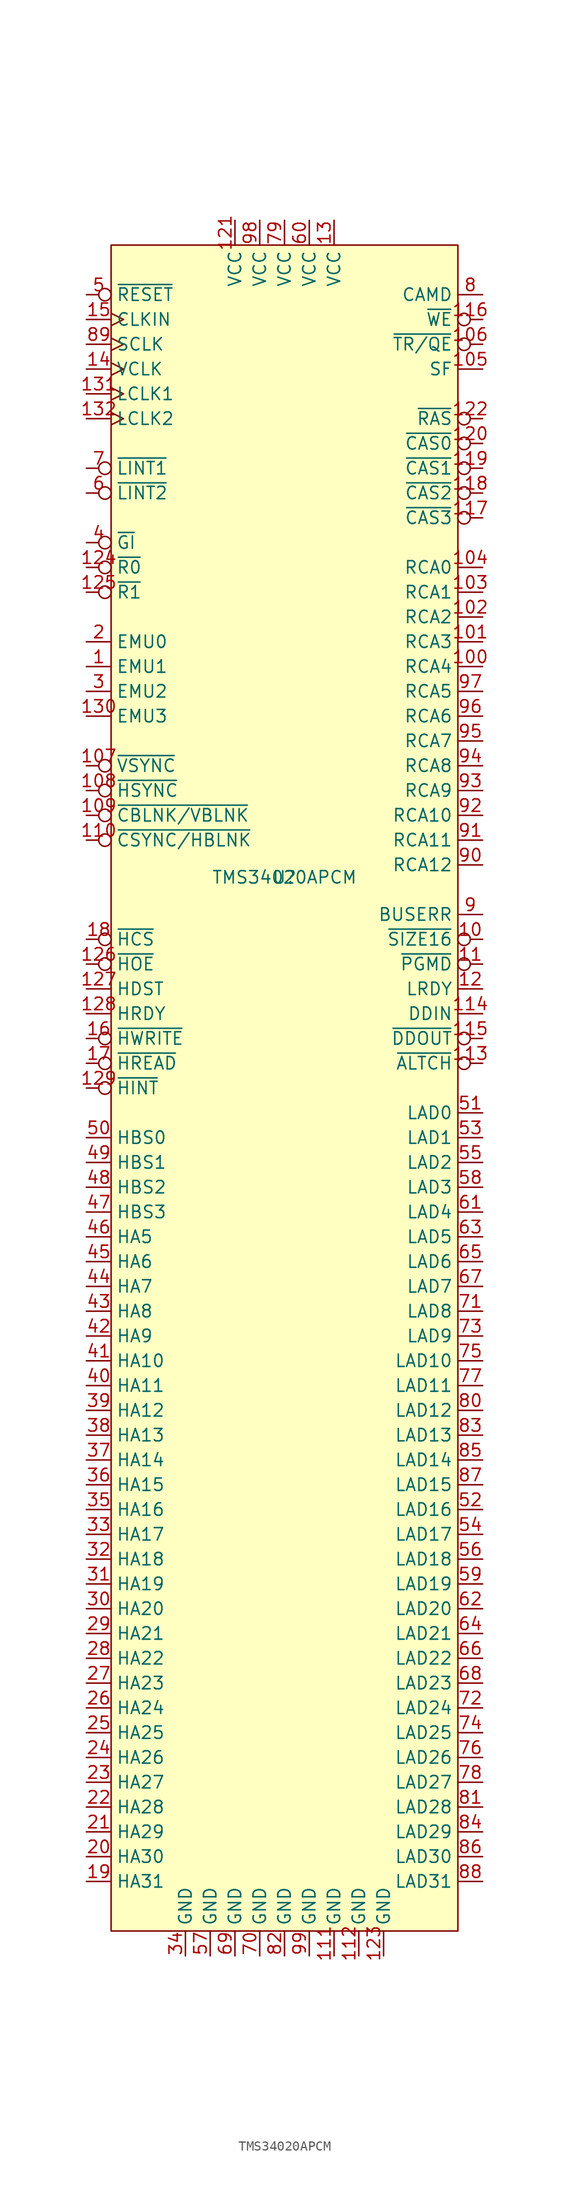
<source format=kicad_sym>
(kicad_symbol_lib
  (version 20220914)
  (generator kicad_symbol_editor)
  (symbol "TMS34020APCM"
    (property "Reference" "U"
      (at 0 0 0)
      (effects (font (size 1.27 1.27))))
    (property "Value" "TMS34020APCM"
      (at 0 0 0)
      (effects (font (size 1.27 1.27))))
    (symbol "TMS34020APCM_0_0"
      (pin input line (at -20.32 21.59 0) (length 2.54) (name "EMU1" (effects (font (size 1.27 1.27)))) (number "1" (effects (font (size 1.27 1.27)))))
      (pin input inverted (at 20.32 -6.35 180) (length 2.54) (name "~{SIZE16}" (effects (font (size 1.27 1.27)))) (number "10" (effects (font (size 1.27 1.27)))))
      (pin output line (at 20.32 21.59 180) (length 2.54) (name "RCA4" (effects (font (size 1.27 1.27)))) (number "100" (effects (font (size 1.27 1.27)))))
      (pin output line (at 20.32 24.13 180) (length 2.54) (name "RCA3" (effects (font (size 1.27 1.27)))) (number "101" (effects (font (size 1.27 1.27)))))
      (pin output line (at 20.32 26.67 180) (length 2.54) (name "RCA2" (effects (font (size 1.27 1.27)))) (number "102" (effects (font (size 1.27 1.27)))))
      (pin output line (at 20.32 29.21 180) (length 2.54) (name "RCA1" (effects (font (size 1.27 1.27)))) (number "103" (effects (font (size 1.27 1.27)))))
      (pin output line (at 20.32 31.75 180) (length 2.54) (name "RCA0" (effects (font (size 1.27 1.27)))) (number "104" (effects (font (size 1.27 1.27)))))
      (pin output line (at 20.32 52.07 180) (length 2.54) (name "SF" (effects (font (size 1.27 1.27)))) (number "105" (effects (font (size 1.27 1.27)))))
      (pin output inverted (at 20.32 54.61 180) (length 2.54) (name "~{TR/QE}" (effects (font (size 1.27 1.27)))) (number "106" (effects (font (size 1.27 1.27)))))
      (pin bidirectional inverted (at -20.32 11.43 0) (length 2.54) (name "~{VSYNC}" (effects (font (size 1.27 1.27)))) (number "107" (effects (font (size 1.27 1.27)))))
      (pin bidirectional inverted (at -20.32 8.89 0) (length 2.54) (name "~{HSYNC}" (effects (font (size 1.27 1.27)))) (number "108" (effects (font (size 1.27 1.27)))))
      (pin output inverted (at -20.32 6.35 0) (length 2.54) (name "~{CBLNK/VBLNK}" (effects (font (size 1.27 1.27)))) (number "109" (effects (font (size 1.27 1.27)))))
      (pin input inverted (at 20.32 -8.89 180) (length 2.54) (name "~{PGMD}" (effects (font (size 1.27 1.27)))) (number "11" (effects (font (size 1.27 1.27)))))
      (pin bidirectional inverted (at -20.32 3.81 0) (length 2.54) (name "~{CSYNC/HBLNK}" (effects (font (size 1.27 1.27)))) (number "110" (effects (font (size 1.27 1.27)))))
      (pin power_in line (at 5.08 -110.49 90) (length 2.54) (name "GND" (effects (font (size 1.27 1.27)))) (number "111" (effects (font (size 1.27 1.27)))))
      (pin power_in line (at 7.62 -110.49 90) (length 2.54) (name "GND" (effects (font (size 1.27 1.27)))) (number "112" (effects (font (size 1.27 1.27)))))
      (pin output inverted (at 20.32 -19.05 180) (length 2.54) (name "~{ALTCH}" (effects (font (size 1.27 1.27)))) (number "113" (effects (font (size 1.27 1.27)))))
      (pin output line (at 20.32 -13.97 180) (length 2.54) (name "DDIN" (effects (font (size 1.27 1.27)))) (number "114" (effects (font (size 1.27 1.27)))))
      (pin output inverted (at 20.32 -16.51 180) (length 2.54) (name "~{DDOUT}" (effects (font (size 1.27 1.27)))) (number "115" (effects (font (size 1.27 1.27)))))
      (pin output inverted (at 20.32 57.15 180) (length 2.54) (name "~{WE}" (effects (font (size 1.27 1.27)))) (number "116" (effects (font (size 1.27 1.27)))))
      (pin output inverted (at 20.32 36.83 180) (length 2.54) (name "~{CAS3}" (effects (font (size 1.27 1.27)))) (number "117" (effects (font (size 1.27 1.27)))))
      (pin output inverted (at 20.32 39.37 180) (length 2.54) (name "~{CAS2}" (effects (font (size 1.27 1.27)))) (number "118" (effects (font (size 1.27 1.27)))))
      (pin output inverted (at 20.32 41.91 180) (length 2.54) (name "~{CAS1}" (effects (font (size 1.27 1.27)))) (number "119" (effects (font (size 1.27 1.27)))))
      (pin input line (at 20.32 -11.43 180) (length 2.54) (name "LRDY" (effects (font (size 1.27 1.27)))) (number "12" (effects (font (size 1.27 1.27)))))
      (pin output inverted (at 20.32 44.45 180) (length 2.54) (name "~{CAS0}" (effects (font (size 1.27 1.27)))) (number "120" (effects (font (size 1.27 1.27)))))
      (pin power_in line (at -5.08 67.31 270) (length 2.54) (name "VCC" (effects (font (size 1.27 1.27)))) (number "121" (effects (font (size 1.27 1.27)))))
      (pin output inverted (at 20.32 46.99 180) (length 2.54) (name "~{RAS}" (effects (font (size 1.27 1.27)))) (number "122" (effects (font (size 1.27 1.27)))))
      (pin power_in line (at 10.16 -110.49 90) (length 2.54) (name "GND" (effects (font (size 1.27 1.27)))) (number "123" (effects (font (size 1.27 1.27)))))
      (pin output inverted (at -20.32 31.75 0) (length 2.54) (name "~{R0}" (effects (font (size 1.27 1.27)))) (number "124" (effects (font (size 1.27 1.27)))))
      (pin output inverted (at -20.32 29.21 0) (length 2.54) (name "~{R1}" (effects (font (size 1.27 1.27)))) (number "125" (effects (font (size 1.27 1.27)))))
      (pin output inverted (at -20.32 -8.89 0) (length 2.54) (name "~{HOE}" (effects (font (size 1.27 1.27)))) (number "126" (effects (font (size 1.27 1.27)))))
      (pin output line (at -20.32 -11.43 0) (length 2.54) (name "HDST" (effects (font (size 1.27 1.27)))) (number "127" (effects (font (size 1.27 1.27)))))
      (pin output line (at -20.32 -13.97 0) (length 2.54) (name "HRDY" (effects (font (size 1.27 1.27)))) (number "128" (effects (font (size 1.27 1.27)))))
      (pin input inverted (at -20.32 -21.59 0) (length 2.54) (name "~{HINT}" (effects (font (size 1.27 1.27)))) (number "129" (effects (font (size 1.27 1.27)))))
      (pin power_in line (at 5.08 67.31 270) (length 2.54) (name "VCC" (effects (font (size 1.27 1.27)))) (number "13" (effects (font (size 1.27 1.27)))))
      (pin output line (at -20.32 16.51 0) (length 2.54) (name "EMU3" (effects (font (size 1.27 1.27)))) (number "130" (effects (font (size 1.27 1.27)))))
      (pin output clock (at -20.32 49.53 0) (length 2.54) (name "LCLK1" (effects (font (size 1.27 1.27)))) (number "131" (effects (font (size 1.27 1.27)))))
      (pin output clock (at -20.32 46.99 0) (length 2.54) (name "LCLK2" (effects (font (size 1.27 1.27)))) (number "132" (effects (font (size 1.27 1.27)))))
      (pin input clock (at -20.32 52.07 0) (length 2.54) (name "VCLK" (effects (font (size 1.27 1.27)))) (number "14" (effects (font (size 1.27 1.27)))))
      (pin input clock (at -20.32 57.15 0) (length 2.54) (name "CLKIN" (effects (font (size 1.27 1.27)))) (number "15" (effects (font (size 1.27 1.27)))))
      (pin input inverted (at -20.32 -16.51 0) (length 2.54) (name "~{HWRITE}" (effects (font (size 1.27 1.27)))) (number "16" (effects (font (size 1.27 1.27)))))
      (pin input inverted (at -20.32 -19.05 0) (length 2.54) (name "~{HREAD}" (effects (font (size 1.27 1.27)))) (number "17" (effects (font (size 1.27 1.27)))))
      (pin input inverted (at -20.32 -6.35 0) (length 2.54) (name "~{HCS}" (effects (font (size 1.27 1.27)))) (number "18" (effects (font (size 1.27 1.27)))))
      (pin input line (at -20.32 -102.87 0) (length 2.54) (name "HA31" (effects (font (size 1.27 1.27)))) (number "19" (effects (font (size 1.27 1.27)))))
      (pin input line (at -20.32 24.13 0) (length 2.54) (name "EMU0" (effects (font (size 1.27 1.27)))) (number "2" (effects (font (size 1.27 1.27)))))
      (pin input line (at -20.32 -100.33 0) (length 2.54) (name "HA30" (effects (font (size 1.27 1.27)))) (number "20" (effects (font (size 1.27 1.27)))))
      (pin input line (at -20.32 -97.79 0) (length 2.54) (name "HA29" (effects (font (size 1.27 1.27)))) (number "21" (effects (font (size 1.27 1.27)))))
      (pin input line (at -20.32 -95.25 0) (length 2.54) (name "HA28" (effects (font (size 1.27 1.27)))) (number "22" (effects (font (size 1.27 1.27)))))
      (pin input line (at -20.32 -92.71 0) (length 2.54) (name "HA27" (effects (font (size 1.27 1.27)))) (number "23" (effects (font (size 1.27 1.27)))))
      (pin input line (at -20.32 -90.17 0) (length 2.54) (name "HA26" (effects (font (size 1.27 1.27)))) (number "24" (effects (font (size 1.27 1.27)))))
      (pin input line (at -20.32 -87.63 0) (length 2.54) (name "HA25" (effects (font (size 1.27 1.27)))) (number "25" (effects (font (size 1.27 1.27)))))
      (pin input line (at -20.32 -85.09 0) (length 2.54) (name "HA24" (effects (font (size 1.27 1.27)))) (number "26" (effects (font (size 1.27 1.27)))))
      (pin input line (at -20.32 -82.55 0) (length 2.54) (name "HA23" (effects (font (size 1.27 1.27)))) (number "27" (effects (font (size 1.27 1.27)))))
      (pin input line (at -20.32 -80.01 0) (length 2.54) (name "HA22" (effects (font (size 1.27 1.27)))) (number "28" (effects (font (size 1.27 1.27)))))
      (pin input line (at -20.32 -77.47 0) (length 2.54) (name "HA21" (effects (font (size 1.27 1.27)))) (number "29" (effects (font (size 1.27 1.27)))))
      (pin input line (at -20.32 19.05 0) (length 2.54) (name "EMU2" (effects (font (size 1.27 1.27)))) (number "3" (effects (font (size 1.27 1.27)))))
      (pin input line (at -20.32 -74.93 0) (length 2.54) (name "HA20" (effects (font (size 1.27 1.27)))) (number "30" (effects (font (size 1.27 1.27)))))
      (pin input line (at -20.32 -72.39 0) (length 2.54) (name "HA19" (effects (font (size 1.27 1.27)))) (number "31" (effects (font (size 1.27 1.27)))))
      (pin input line (at -20.32 -69.85 0) (length 2.54) (name "HA18" (effects (font (size 1.27 1.27)))) (number "32" (effects (font (size 1.27 1.27)))))
      (pin input line (at -20.32 -67.31 0) (length 2.54) (name "HA17" (effects (font (size 1.27 1.27)))) (number "33" (effects (font (size 1.27 1.27)))))
      (pin power_in line (at -10.16 -110.49 90) (length 2.54) (name "GND" (effects (font (size 1.27 1.27)))) (number "34" (effects (font (size 1.27 1.27)))))
      (pin input line (at -20.32 -64.77 0) (length 2.54) (name "HA16" (effects (font (size 1.27 1.27)))) (number "35" (effects (font (size 1.27 1.27)))))
      (pin input line (at -20.32 -62.23 0) (length 2.54) (name "HA15" (effects (font (size 1.27 1.27)))) (number "36" (effects (font (size 1.27 1.27)))))
      (pin input line (at -20.32 -59.69 0) (length 2.54) (name "HA14" (effects (font (size 1.27 1.27)))) (number "37" (effects (font (size 1.27 1.27)))))
      (pin input line (at -20.32 -57.15 0) (length 2.54) (name "HA13" (effects (font (size 1.27 1.27)))) (number "38" (effects (font (size 1.27 1.27)))))
      (pin input line (at -20.32 -54.61 0) (length 2.54) (name "HA12" (effects (font (size 1.27 1.27)))) (number "39" (effects (font (size 1.27 1.27)))))
      (pin input inverted (at -20.32 34.29 0) (length 2.54) (name "~{GI}" (effects (font (size 1.27 1.27)))) (number "4" (effects (font (size 1.27 1.27)))))
      (pin input line (at -20.32 -52.07 0) (length 2.54) (name "HA11" (effects (font (size 1.27 1.27)))) (number "40" (effects (font (size 1.27 1.27)))))
      (pin input line (at -20.32 -49.53 0) (length 2.54) (name "HA10" (effects (font (size 1.27 1.27)))) (number "41" (effects (font (size 1.27 1.27)))))
      (pin input line (at -20.32 -46.99 0) (length 2.54) (name "HA9" (effects (font (size 1.27 1.27)))) (number "42" (effects (font (size 1.27 1.27)))))
      (pin input line (at -20.32 -44.45 0) (length 2.54) (name "HA8" (effects (font (size 1.27 1.27)))) (number "43" (effects (font (size 1.27 1.27)))))
      (pin input line (at -20.32 -41.91 0) (length 2.54) (name "HA7" (effects (font (size 1.27 1.27)))) (number "44" (effects (font (size 1.27 1.27)))))
      (pin input line (at -20.32 -39.37 0) (length 2.54) (name "HA6" (effects (font (size 1.27 1.27)))) (number "45" (effects (font (size 1.27 1.27)))))
      (pin input line (at -20.32 -36.83 0) (length 2.54) (name "HA5" (effects (font (size 1.27 1.27)))) (number "46" (effects (font (size 1.27 1.27)))))
      (pin input line (at -20.32 -34.29 0) (length 2.54) (name "HBS3" (effects (font (size 1.27 1.27)))) (number "47" (effects (font (size 1.27 1.27)))))
      (pin input line (at -20.32 -31.75 0) (length 2.54) (name "HBS2" (effects (font (size 1.27 1.27)))) (number "48" (effects (font (size 1.27 1.27)))))
      (pin input line (at -20.32 -29.21 0) (length 2.54) (name "HBS1" (effects (font (size 1.27 1.27)))) (number "49" (effects (font (size 1.27 1.27)))))
      (pin input inverted (at -20.32 59.69 0) (length 2.54) (name "~{RESET}" (effects (font (size 1.27 1.27)))) (number "5" (effects (font (size 1.27 1.27)))))
      (pin input line (at -20.32 -26.67 0) (length 2.54) (name "HBS0" (effects (font (size 1.27 1.27)))) (number "50" (effects (font (size 1.27 1.27)))))
      (pin bidirectional line (at 20.32 -24.13 180) (length 2.54) (name "LAD0" (effects (font (size 1.27 1.27)))) (number "51" (effects (font (size 1.27 1.27)))))
      (pin bidirectional line (at 20.32 -64.77 180) (length 2.54) (name "LAD16" (effects (font (size 1.27 1.27)))) (number "52" (effects (font (size 1.27 1.27)))))
      (pin bidirectional line (at 20.32 -26.67 180) (length 2.54) (name "LAD1" (effects (font (size 1.27 1.27)))) (number "53" (effects (font (size 1.27 1.27)))))
      (pin bidirectional line (at 20.32 -67.31 180) (length 2.54) (name "LAD17" (effects (font (size 1.27 1.27)))) (number "54" (effects (font (size 1.27 1.27)))))
      (pin bidirectional line (at 20.32 -29.21 180) (length 2.54) (name "LAD2" (effects (font (size 1.27 1.27)))) (number "55" (effects (font (size 1.27 1.27)))))
      (pin bidirectional line (at 20.32 -69.85 180) (length 2.54) (name "LAD18" (effects (font (size 1.27 1.27)))) (number "56" (effects (font (size 1.27 1.27)))))
      (pin power_in line (at -7.62 -110.49 90) (length 2.54) (name "GND" (effects (font (size 1.27 1.27)))) (number "57" (effects (font (size 1.27 1.27)))))
      (pin bidirectional line (at 20.32 -31.75 180) (length 2.54) (name "LAD3" (effects (font (size 1.27 1.27)))) (number "58" (effects (font (size 1.27 1.27)))))
      (pin bidirectional line (at 20.32 -72.39 180) (length 2.54) (name "LAD19" (effects (font (size 1.27 1.27)))) (number "59" (effects (font (size 1.27 1.27)))))
      (pin input inverted (at -20.32 39.37 0) (length 2.54) (name "~{LINT2}" (effects (font (size 1.27 1.27)))) (number "6" (effects (font (size 1.27 1.27)))))
      (pin power_in line (at 2.54 67.31 270) (length 2.54) (name "VCC" (effects (font (size 1.27 1.27)))) (number "60" (effects (font (size 1.27 1.27)))))
      (pin bidirectional line (at 20.32 -34.29 180) (length 2.54) (name "LAD4" (effects (font (size 1.27 1.27)))) (number "61" (effects (font (size 1.27 1.27)))))
      (pin bidirectional line (at 20.32 -74.93 180) (length 2.54) (name "LAD20" (effects (font (size 1.27 1.27)))) (number "62" (effects (font (size 1.27 1.27)))))
      (pin bidirectional line (at 20.32 -36.83 180) (length 2.54) (name "LAD5" (effects (font (size 1.27 1.27)))) (number "63" (effects (font (size 1.27 1.27)))))
      (pin bidirectional line (at 20.32 -77.47 180) (length 2.54) (name "LAD21" (effects (font (size 1.27 1.27)))) (number "64" (effects (font (size 1.27 1.27)))))
      (pin bidirectional line (at 20.32 -39.37 180) (length 2.54) (name "LAD6" (effects (font (size 1.27 1.27)))) (number "65" (effects (font (size 1.27 1.27)))))
      (pin bidirectional line (at 20.32 -80.01 180) (length 2.54) (name "LAD22" (effects (font (size 1.27 1.27)))) (number "66" (effects (font (size 1.27 1.27)))))
      (pin bidirectional line (at 20.32 -41.91 180) (length 2.54) (name "LAD7" (effects (font (size 1.27 1.27)))) (number "67" (effects (font (size 1.27 1.27)))))
      (pin bidirectional line (at 20.32 -82.55 180) (length 2.54) (name "LAD23" (effects (font (size 1.27 1.27)))) (number "68" (effects (font (size 1.27 1.27)))))
      (pin power_in line (at -5.08 -110.49 90) (length 2.54) (name "GND" (effects (font (size 1.27 1.27)))) (number "69" (effects (font (size 1.27 1.27)))))
      (pin input inverted (at -20.32 41.91 0) (length 2.54) (name "~{LINT1}" (effects (font (size 1.27 1.27)))) (number "7" (effects (font (size 1.27 1.27)))))
      (pin power_in line (at -2.54 -110.49 90) (length 2.54) (name "GND" (effects (font (size 1.27 1.27)))) (number "70" (effects (font (size 1.27 1.27)))))
      (pin bidirectional line (at 20.32 -44.45 180) (length 2.54) (name "LAD8" (effects (font (size 1.27 1.27)))) (number "71" (effects (font (size 1.27 1.27)))))
      (pin bidirectional line (at 20.32 -85.09 180) (length 2.54) (name "LAD24" (effects (font (size 1.27 1.27)))) (number "72" (effects (font (size 1.27 1.27)))))
      (pin bidirectional line (at 20.32 -46.99 180) (length 2.54) (name "LAD9" (effects (font (size 1.27 1.27)))) (number "73" (effects (font (size 1.27 1.27)))))
      (pin bidirectional line (at 20.32 -87.63 180) (length 2.54) (name "LAD25" (effects (font (size 1.27 1.27)))) (number "74" (effects (font (size 1.27 1.27)))))
      (pin bidirectional line (at 20.32 -49.53 180) (length 2.54) (name "LAD10" (effects (font (size 1.27 1.27)))) (number "75" (effects (font (size 1.27 1.27)))))
      (pin bidirectional line (at 20.32 -90.17 180) (length 2.54) (name "LAD26" (effects (font (size 1.27 1.27)))) (number "76" (effects (font (size 1.27 1.27)))))
      (pin bidirectional line (at 20.32 -52.07 180) (length 2.54) (name "LAD11" (effects (font (size 1.27 1.27)))) (number "77" (effects (font (size 1.27 1.27)))))
      (pin bidirectional line (at 20.32 -92.71 180) (length 2.54) (name "LAD27" (effects (font (size 1.27 1.27)))) (number "78" (effects (font (size 1.27 1.27)))))
      (pin power_in line (at 0 67.31 270) (length 2.54) (name "VCC" (effects (font (size 1.27 1.27)))) (number "79" (effects (font (size 1.27 1.27)))))
      (pin input line (at 20.32 59.69 180) (length 2.54) (name "CAMD" (effects (font (size 1.27 1.27)))) (number "8" (effects (font (size 1.27 1.27)))))
      (pin bidirectional line (at 20.32 -54.61 180) (length 2.54) (name "LAD12" (effects (font (size 1.27 1.27)))) (number "80" (effects (font (size 1.27 1.27)))))
      (pin bidirectional line (at 20.32 -95.25 180) (length 2.54) (name "LAD28" (effects (font (size 1.27 1.27)))) (number "81" (effects (font (size 1.27 1.27)))))
      (pin power_in line (at 0 -110.49 90) (length 2.54) (name "GND" (effects (font (size 1.27 1.27)))) (number "82" (effects (font (size 1.27 1.27)))))
      (pin bidirectional line (at 20.32 -57.15 180) (length 2.54) (name "LAD13" (effects (font (size 1.27 1.27)))) (number "83" (effects (font (size 1.27 1.27)))))
      (pin bidirectional line (at 20.32 -97.79 180) (length 2.54) (name "LAD29" (effects (font (size 1.27 1.27)))) (number "84" (effects (font (size 1.27 1.27)))))
      (pin bidirectional line (at 20.32 -59.69 180) (length 2.54) (name "LAD14" (effects (font (size 1.27 1.27)))) (number "85" (effects (font (size 1.27 1.27)))))
      (pin bidirectional line (at 20.32 -100.33 180) (length 2.54) (name "LAD30" (effects (font (size 1.27 1.27)))) (number "86" (effects (font (size 1.27 1.27)))))
      (pin bidirectional line (at 20.32 -62.23 180) (length 2.54) (name "LAD15" (effects (font (size 1.27 1.27)))) (number "87" (effects (font (size 1.27 1.27)))))
      (pin bidirectional line (at 20.32 -102.87 180) (length 2.54) (name "LAD31" (effects (font (size 1.27 1.27)))) (number "88" (effects (font (size 1.27 1.27)))))
      (pin input clock (at -20.32 54.61 0) (length 2.54) (name "SCLK" (effects (font (size 1.27 1.27)))) (number "89" (effects (font (size 1.27 1.27)))))
      (pin output line (at 20.32 -3.81 180) (length 2.54) (name "BUSERR" (effects (font (size 1.27 1.27)))) (number "9" (effects (font (size 1.27 1.27)))))
      (pin output line (at 20.32 1.27 180) (length 2.54) (name "RCA12" (effects (font (size 1.27 1.27)))) (number "90" (effects (font (size 1.27 1.27)))))
      (pin output line (at 20.32 3.81 180) (length 2.54) (name "RCA11" (effects (font (size 1.27 1.27)))) (number "91" (effects (font (size 1.27 1.27)))))
      (pin output line (at 20.32 6.35 180) (length 2.54) (name "RCA10" (effects (font (size 1.27 1.27)))) (number "92" (effects (font (size 1.27 1.27)))))
      (pin output line (at 20.32 8.89 180) (length 2.54) (name "RCA9" (effects (font (size 1.27 1.27)))) (number "93" (effects (font (size 1.27 1.27)))))
      (pin output line (at 20.32 11.43 180) (length 2.54) (name "RCA8" (effects (font (size 1.27 1.27)))) (number "94" (effects (font (size 1.27 1.27)))))
      (pin output line (at 20.32 13.97 180) (length 2.54) (name "RCA7" (effects (font (size 1.27 1.27)))) (number "95" (effects (font (size 1.27 1.27)))))
      (pin output line (at 20.32 16.51 180) (length 2.54) (name "RCA6" (effects (font (size 1.27 1.27)))) (number "96" (effects (font (size 1.27 1.27)))))
      (pin output line (at 20.32 19.05 180) (length 2.54) (name "RCA5" (effects (font (size 1.27 1.27)))) (number "97" (effects (font (size 1.27 1.27)))))
      (pin power_in line (at -2.54 67.31 270) (length 2.54) (name "VCC" (effects (font (size 1.27 1.27)))) (number "98" (effects (font (size 1.27 1.27)))))
      (pin power_in line (at 2.54 -110.49 90) (length 2.54) (name "GND" (effects (font (size 1.27 1.27)))) (number "99" (effects (font (size 1.27 1.27))))))
    (symbol "TMS34020APCM_1_1"
      (rectangle (start -17.78 64.77) (end 17.78 -107.95) (stroke (width 0) (type default)) (fill (type background))))))
</source>
